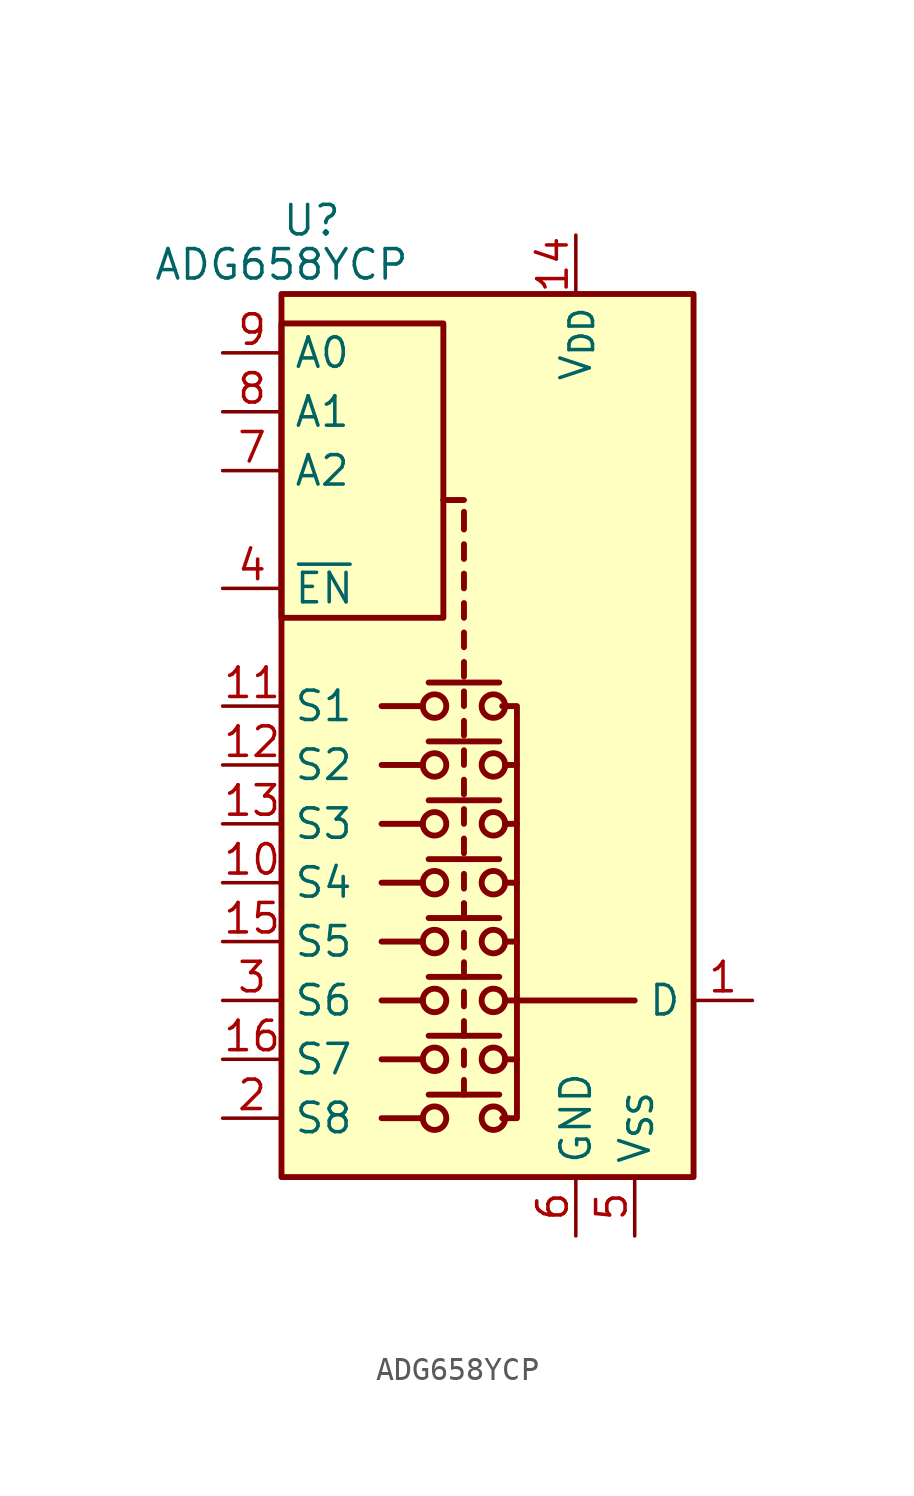
<source format=kicad_sym>
(kicad_symbol_lib
  (version 20220914)
  (generator kicad_symbol_editor)
  (symbol "ADG658YCP"
    (property "Reference" "U"
      (at -7.62 23.495 0)
      (effects (font (size 1.27 1.27)) (justify left)))
    (property "Value" "ADG658YCP"
      (at -7.62 21.59 0)
      (effects (font (size 1.27 1.27))))
    (symbol "ADG658YCP_0_0"
      (pin power_in line (at 5.08 -20.32 90) (length 2.54) (name "GND" (effects (font (size 1.27 1.27)))) (number "6" (effects (font (size 1.27 1.27))))))
    (symbol "ADG658YCP_0_1"
      (rectangle (start -7.62 6.35) (end -0.635 19.05) (stroke (width 0.254) (type default)) (fill (type none)))
      (rectangle (start -7.62 20.32) (end 10.16 -17.78) (stroke (width 0.254) (type default)) (fill (type background)))
      (circle (center -1.016 -15.24) (radius 0.508) (stroke (width 0.254) (type default)) (fill (type none)))
      (circle (center -1.016 -12.7) (radius 0.508) (stroke (width 0.254) (type default)) (fill (type none)))
      (circle (center -1.016 -10.16) (radius 0.508) (stroke (width 0.254) (type default)) (fill (type none)))
      (circle (center -1.016 -7.62) (radius 0.508) (stroke (width 0.254) (type default)) (fill (type none)))
      (circle (center -1.016 -5.08) (radius 0.508) (stroke (width 0.254) (type default)) (fill (type none)))
      (circle (center -1.016 -2.54) (radius 0.508) (stroke (width 0.254) (type default)) (fill (type none)))
      (circle (center -1.016 0) (radius 0.508) (stroke (width 0.254) (type default)) (fill (type none)))
      (circle (center -1.016 2.54) (radius 0.508) (stroke (width 0.254) (type default)) (fill (type none)))
      (polyline (pts (xy -1.524 -15.24) (xy -3.302 -15.24)) (stroke (width 0.254) (type default)) (fill (type none)))
      (polyline (pts (xy -1.524 -12.7) (xy -3.302 -12.7)) (stroke (width 0.254) (type default)) (fill (type none)))
      (polyline (pts (xy -1.524 -10.16) (xy -3.302 -10.16)) (stroke (width 0.254) (type default)) (fill (type none)))
      (polyline (pts (xy -1.524 -7.62) (xy -3.302 -7.62)) (stroke (width 0.254) (type default)) (fill (type none)))
      (polyline (pts (xy -1.524 -5.08) (xy -3.302 -5.08)) (stroke (width 0.254) (type default)) (fill (type none)))
      (polyline (pts (xy -1.524 -2.54) (xy -3.302 -2.54)) (stroke (width 0.254) (type default)) (fill (type none)))
      (polyline (pts (xy -1.524 0) (xy -3.302 0)) (stroke (width 0.254) (type default)) (fill (type none)))
      (polyline (pts (xy -1.524 2.54) (xy -3.302 2.54)) (stroke (width 0.254) (type default)) (fill (type none)))
      (polyline (pts (xy -1.27 -14.224) (xy 1.778 -14.224)) (stroke (width 0.254) (type default)) (fill (type none)))
      (polyline (pts (xy -1.27 -11.684) (xy 1.778 -11.684)) (stroke (width 0.254) (type default)) (fill (type none)))
      (polyline (pts (xy -1.27 -9.144) (xy 1.778 -9.144)) (stroke (width 0.254) (type default)) (fill (type none)))
      (polyline (pts (xy -1.27 -6.604) (xy 1.778 -6.604)) (stroke (width 0.254) (type default)) (fill (type none)))
      (polyline (pts (xy -1.27 -4.064) (xy 1.778 -4.064)) (stroke (width 0.254) (type default)) (fill (type none)))
      (polyline (pts (xy -1.27 -1.524) (xy 1.778 -1.524)) (stroke (width 0.254) (type default)) (fill (type none)))
      (polyline (pts (xy -1.27 1.016) (xy 1.778 1.016)) (stroke (width 0.254) (type default)) (fill (type none)))
      (polyline (pts (xy -1.27 3.556) (xy 1.778 3.556)) (stroke (width 0.254) (type default)) (fill (type none)))
      (polyline (pts (xy -0.635 11.43) (xy 0 11.43)) (stroke (width 0.254) (type default)) (fill (type none)))
      (polyline (pts (xy 0.254 -14.224) (xy 0.254 -13.589)) (stroke (width 0.254) (type default)) (fill (type none)))
      (polyline (pts (xy 0.254 -12.954) (xy 0.254 -12.319)) (stroke (width 0.254) (type default)) (fill (type none)))
      (polyline (pts (xy 0.254 -11.684) (xy 0.254 -11.049)) (stroke (width 0.254) (type default)) (fill (type none)))
      (polyline (pts (xy 0.254 -10.414) (xy 0.254 -9.779)) (stroke (width 0.254) (type default)) (fill (type none)))
      (polyline (pts (xy 0.254 -9.144) (xy 0.254 -8.509)) (stroke (width 0.254) (type default)) (fill (type none)))
      (polyline (pts (xy 0.254 -7.874) (xy 0.254 -7.239)) (stroke (width 0.254) (type default)) (fill (type none)))
      (polyline (pts (xy 0.254 -6.604) (xy 0.254 -5.969)) (stroke (width 0.254) (type default)) (fill (type none)))
      (polyline (pts (xy 0.254 -6.604) (xy 0.254 -5.969)) (stroke (width 0.254) (type default)) (fill (type none)))
      (polyline (pts (xy 0.254 -5.334) (xy 0.254 -4.699)) (stroke (width 0.254) (type default)) (fill (type none)))
      (polyline (pts (xy 0.254 -3.81) (xy 0.254 -3.175)) (stroke (width 0.254) (type default)) (fill (type none)))
      (polyline (pts (xy 0.254 -2.54) (xy 0.254 -1.905)) (stroke (width 0.254) (type default)) (fill (type none)))
      (polyline (pts (xy 0.254 -1.27) (xy 0.254 -0.635)) (stroke (width 0.254) (type default)) (fill (type none)))
      (polyline (pts (xy 0.254 0) (xy 0.254 0.635)) (stroke (width 0.254) (type default)) (fill (type none)))
      (polyline (pts (xy 0.254 1.27) (xy 0.254 1.905)) (stroke (width 0.254) (type default)) (fill (type none)))
      (polyline (pts (xy 0.254 2.54) (xy 0.254 3.175)) (stroke (width 0.254) (type default)) (fill (type none)))
      (polyline (pts (xy 0.254 3.81) (xy 0.254 4.445)) (stroke (width 0.254) (type default)) (fill (type none)))
      (polyline (pts (xy 0.254 5.08) (xy 0.254 5.715)) (stroke (width 0.254) (type default)) (fill (type none)))
      (polyline (pts (xy 0.254 6.35) (xy 0.254 6.985)) (stroke (width 0.254) (type default)) (fill (type none)))
      (polyline (pts (xy 0.254 7.62) (xy 0.254 8.255)) (stroke (width 0.254) (type default)) (fill (type none)))
      (polyline (pts (xy 0.254 8.89) (xy 0.254 9.525)) (stroke (width 0.254) (type default)) (fill (type none)))
      (polyline (pts (xy 0.254 10.16) (xy 0.254 10.922)) (stroke (width 0.254) (type default)) (fill (type none)))
      (polyline (pts (xy 0.254 11.43) (xy 0 11.43)) (stroke (width 0.254) (type default)) (fill (type none)))
      (polyline (pts (xy 2.032 -12.7) (xy 2.54 -12.7)) (stroke (width 0.254) (type default)) (fill (type none)))
      (polyline (pts (xy 2.032 -10.16) (xy 2.54 -10.16)) (stroke (width 0.254) (type default)) (fill (type none)))
      (polyline (pts (xy 2.032 -7.62) (xy 2.54 -7.62)) (stroke (width 0.254) (type default)) (fill (type none)))
      (polyline (pts (xy 2.032 -5.08) (xy 2.54 -5.08)) (stroke (width 0.254) (type default)) (fill (type none)))
      (polyline (pts (xy 2.032 -2.54) (xy 2.54 -2.54)) (stroke (width 0.254) (type default)) (fill (type none)))
      (polyline (pts (xy 2.032 0) (xy 2.54 0)) (stroke (width 0.254) (type default)) (fill (type none)))
      (polyline (pts (xy 2.54 -10.16) (xy 7.62 -10.16)) (stroke (width 0.254) (type default)) (fill (type none)))
      (polyline (pts (xy 1.905 2.54) (xy 2.54 2.54) (xy 2.54 -15.24) (xy 1.905 -15.24)) (stroke (width 0.254) (type default)) (fill (type none)))
      (circle (center 1.524 -15.24) (radius 0.508) (stroke (width 0.254) (type default)) (fill (type none)))
      (circle (center 1.524 -12.7) (radius 0.508) (stroke (width 0.254) (type default)) (fill (type none)))
      (circle (center 1.524 -10.16) (radius 0.508) (stroke (width 0.254) (type default)) (fill (type none)))
      (circle (center 1.524 -7.62) (radius 0.508) (stroke (width 0.254) (type default)) (fill (type none)))
      (circle (center 1.524 -5.08) (radius 0.508) (stroke (width 0.254) (type default)) (fill (type none)))
      (circle (center 1.524 -2.54) (radius 0.508) (stroke (width 0.254) (type default)) (fill (type none)))
      (circle (center 1.524 0) (radius 0.508) (stroke (width 0.254) (type default)) (fill (type none)))
      (circle (center 1.524 2.54) (radius 0.508) (stroke (width 0.254) (type default)) (fill (type none))))
    (symbol "ADG658YCP_1_1"
      (pin bidirectional line (at 12.7 -10.16 180) (length 2.54) (name "D" (effects (font (size 1.27 1.27)))) (number "1" (effects (font (size 1.27 1.27)))))
      (pin bidirectional line (at -10.16 -5.08 0) (length 2.54) (name "S4" (effects (font (size 1.27 1.27)))) (number "10" (effects (font (size 1.27 1.27)))))
      (pin bidirectional line (at -10.16 2.54 0) (length 2.54) (name "S1" (effects (font (size 1.27 1.27)))) (number "11" (effects (font (size 1.27 1.27)))))
      (pin bidirectional line (at -10.16 0 0) (length 2.54) (name "S2" (effects (font (size 1.27 1.27)))) (number "12" (effects (font (size 1.27 1.27)))))
      (pin bidirectional line (at -10.16 -2.54 0) (length 2.54) (name "S3" (effects (font (size 1.27 1.27)))) (number "13" (effects (font (size 1.27 1.27)))))
      (pin power_in line (at 5.08 22.86 270) (length 2.54) (name "V_{DD}" (effects (font (size 1.27 1.27)))) (number "14" (effects (font (size 1.27 1.27)))))
      (pin bidirectional line (at -10.16 -7.62 0) (length 2.54) (name "S5" (effects (font (size 1.27 1.27)))) (number "15" (effects (font (size 1.27 1.27)))))
      (pin bidirectional line (at -10.16 -12.7 0) (length 2.54) (name "S7" (effects (font (size 1.27 1.27)))) (number "16" (effects (font (size 1.27 1.27)))))
      (pin no_connect line (at 2.54 -17.78 90) (length 2.54) hide (name "EPAD" (effects (font (size 1.27 1.27)))) (number "17" (effects (font (size 1.27 1.27)))))
      (pin bidirectional line (at -10.16 -15.24 0) (length 2.54) (name "S8" (effects (font (size 1.27 1.27)))) (number "2" (effects (font (size 1.27 1.27)))))
      (pin bidirectional line (at -10.16 -10.16 0) (length 2.54) (name "S6" (effects (font (size 1.27 1.27)))) (number "3" (effects (font (size 1.27 1.27)))))
      (pin input line (at -10.16 7.62 0) (length 2.54) (name "~{EN}" (effects (font (size 1.27 1.27)))) (number "4" (effects (font (size 1.27 1.27)))))
      (pin power_in line (at 7.62 -20.32 90) (length 2.54) (name "V_{SS}" (effects (font (size 1.27 1.27)))) (number "5" (effects (font (size 1.27 1.27)))))
      (pin input line (at -10.16 12.7 0) (length 2.54) (name "A2" (effects (font (size 1.27 1.27)))) (number "7" (effects (font (size 1.27 1.27)))))
      (pin input line (at -10.16 15.24 0) (length 2.54) (name "A1" (effects (font (size 1.27 1.27)))) (number "8" (effects (font (size 1.27 1.27)))))
      (pin input line (at -10.16 17.78 0) (length 2.54) (name "A0" (effects (font (size 1.27 1.27)))) (number "9" (effects (font (size 1.27 1.27))))))))
</source>
